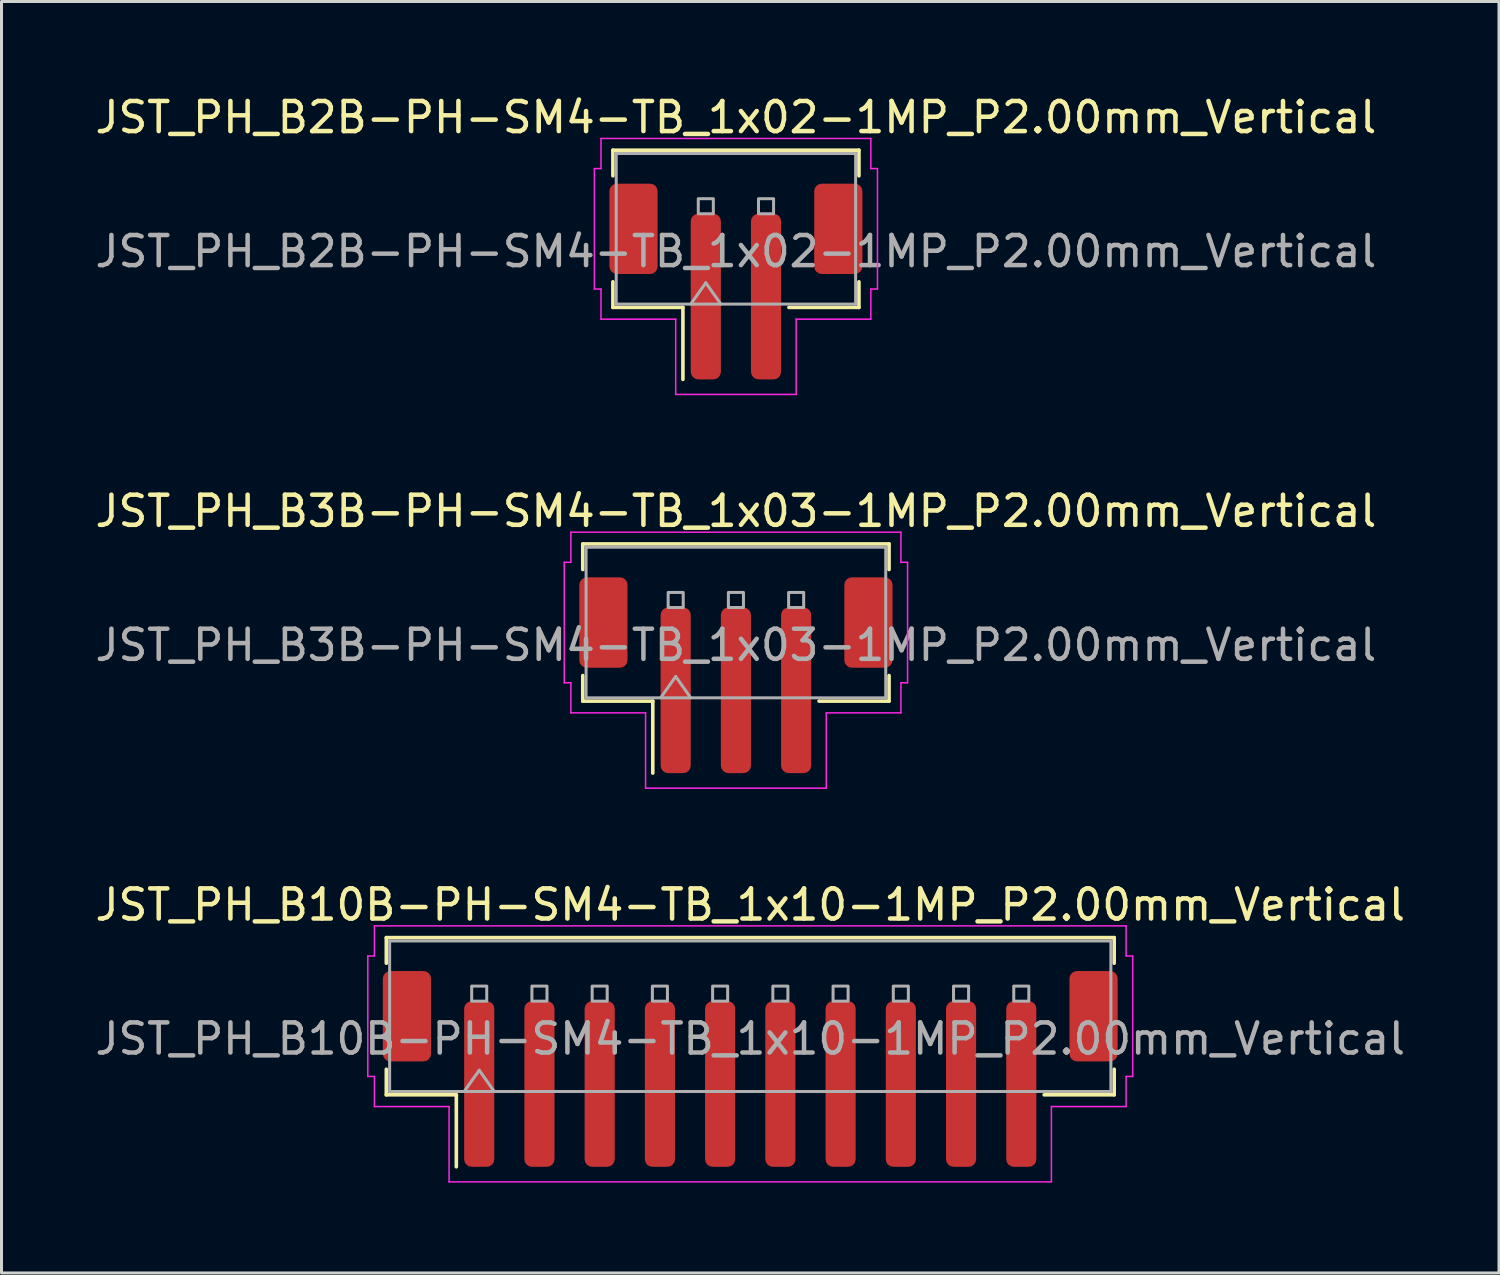
<source format=kicad_pcb>
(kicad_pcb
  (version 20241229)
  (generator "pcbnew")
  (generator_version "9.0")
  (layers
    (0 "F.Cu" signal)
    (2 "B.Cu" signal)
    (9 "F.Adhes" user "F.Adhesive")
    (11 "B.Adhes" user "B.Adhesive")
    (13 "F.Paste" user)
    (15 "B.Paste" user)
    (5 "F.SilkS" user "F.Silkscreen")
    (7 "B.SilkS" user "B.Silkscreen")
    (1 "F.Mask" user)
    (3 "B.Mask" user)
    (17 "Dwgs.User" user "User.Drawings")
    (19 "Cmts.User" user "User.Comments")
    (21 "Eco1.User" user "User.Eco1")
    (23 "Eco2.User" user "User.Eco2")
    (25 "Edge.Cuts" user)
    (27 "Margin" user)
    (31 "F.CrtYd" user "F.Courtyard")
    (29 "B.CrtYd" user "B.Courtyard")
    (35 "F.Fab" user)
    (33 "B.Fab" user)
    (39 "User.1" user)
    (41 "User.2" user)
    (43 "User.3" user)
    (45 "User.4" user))
  (footprint "JST_PH_B10B-PH-SM4-TB_1x10-1MP_P2.00mm_Vertical"
    (layer "F.Cu")
    (at 21.863 32.445)
    (property "Reference" "JST_PH_B10B-PH-SM4-TB_1x10-1MP_P2.00mm_Vertical" (at 0 -5.45 0) (layer "F.SilkS") (effects (font (size 1 1) (thickness 0.15))))
    (attr smd)
    (fp_line (start -12.085 -4.36) (end 12.085 -4.36) (stroke (width 0.12) (type solid)) (layer "F.SilkS"))
    (fp_line (start -12.085 -3.51) (end -12.085 -4.36) (stroke (width 0.12) (type solid)) (layer "F.SilkS"))
    (fp_line (start -12.085 0.01) (end -12.085 0.86) (stroke (width 0.12) (type solid)) (layer "F.SilkS"))
    (fp_line (start -12.085 0.86) (end -9.76 0.86) (stroke (width 0.12) (type solid)) (layer "F.SilkS"))
    (fp_line (start -9.76 0.86) (end -9.76 3.25) (stroke (width 0.12) (type solid)) (layer "F.SilkS"))
    (fp_line (start 12.085 -4.36) (end 12.085 -3.51) (stroke (width 0.12) (type solid)) (layer "F.SilkS"))
    (fp_line (start 12.085 0.01) (end 12.085 0.86) (stroke (width 0.12) (type solid)) (layer "F.SilkS"))
    (fp_line (start 12.085 0.86) (end 9.76 0.86) (stroke (width 0.12) (type solid)) (layer "F.SilkS"))
    (fp_line (start -12.7 -3.75) (end -12.48 -3.75) (stroke (width 0.05) (type solid)) (layer "F.CrtYd"))
    (fp_line (start -12.7 0.25) (end -12.7 -3.75) (stroke (width 0.05) (type solid)) (layer "F.CrtYd"))
    (fp_line (start -12.48 -4.75) (end 12.48 -4.75) (stroke (width 0.05) (type solid)) (layer "F.CrtYd"))
    (fp_line (start -12.48 -3.75) (end -12.48 -4.75) (stroke (width 0.05) (type solid)) (layer "F.CrtYd"))
    (fp_line (start -12.48 0.25) (end -12.7 0.25) (stroke (width 0.05) (type solid)) (layer "F.CrtYd"))
    (fp_line (start -12.48 1.25) (end -12.48 0.25) (stroke (width 0.05) (type solid)) (layer "F.CrtYd"))
    (fp_line (start -10 1.25) (end -12.48 1.25) (stroke (width 0.05) (type solid)) (layer "F.CrtYd"))
    (fp_line (start -10 3.75) (end -10 1.25) (stroke (width 0.05) (type solid)) (layer "F.CrtYd"))
    (fp_line (start 10 1.25) (end 10 3.75) (stroke (width 0.05) (type solid)) (layer "F.CrtYd"))
    (fp_line (start 10 3.75) (end -10 3.75) (stroke (width 0.05) (type solid)) (layer "F.CrtYd"))
    (fp_line (start 12.48 -4.75) (end 12.48 -3.75) (stroke (width 0.05) (type solid)) (layer "F.CrtYd"))
    (fp_line (start 12.48 -3.75) (end 12.7 -3.75) (stroke (width 0.05) (type solid)) (layer "F.CrtYd"))
    (fp_line (start 12.48 0.25) (end 12.48 1.25) (stroke (width 0.05) (type solid)) (layer "F.CrtYd"))
    (fp_line (start 12.48 1.25) (end 10 1.25) (stroke (width 0.05) (type solid)) (layer "F.CrtYd"))
    (fp_line (start 12.7 -3.75) (end 12.7 0.25) (stroke (width 0.05) (type solid)) (layer "F.CrtYd"))
    (fp_line (start 12.7 0.25) (end 12.48 0.25) (stroke (width 0.05) (type solid)) (layer "F.CrtYd"))
    (fp_line (start -11.975 -4.25) (end 11.975 -4.25) (stroke (width 0.1) (type solid)) (layer "F.Fab"))
    (fp_line (start -11.975 0.75) (end -11.975 -4.25) (stroke (width 0.1) (type solid)) (layer "F.Fab"))
    (fp_line (start -11.975 0.75) (end 11.975 0.75) (stroke (width 0.1) (type solid)) (layer "F.Fab"))
    (fp_line (start -9.5 0.75) (end -9 0.043) (stroke (width 0.1) (type solid)) (layer "F.Fab"))
    (fp_line (start -9 0.043) (end -8.5 0.75) (stroke (width 0.1) (type solid)) (layer "F.Fab"))
    (fp_line (start 11.975 0.75) (end 11.975 -4.25) (stroke (width 0.1) (type solid)) (layer "F.Fab"))
    (fp_rect (start -9.25 -2.75) (end -8.75 -2.25) (stroke (width 0.1) (type solid)) (fill no) (layer "F.Fab"))
    (fp_rect (start -7.25 -2.75) (end -6.75 -2.25) (stroke (width 0.1) (type solid)) (fill no) (layer "F.Fab"))
    (fp_rect (start -5.25 -2.75) (end -4.75 -2.25) (stroke (width 0.1) (type solid)) (fill no) (layer "F.Fab"))
    (fp_rect (start -3.25 -2.75) (end -2.75 -2.25) (stroke (width 0.1) (type solid)) (fill no) (layer "F.Fab"))
    (fp_rect (start -1.25 -2.75) (end -0.75 -2.25) (stroke (width 0.1) (type solid)) (fill no) (layer "F.Fab"))
    (fp_rect (start 0.75 -2.75) (end 1.25 -2.25) (stroke (width 0.1) (type solid)) (fill no) (layer "F.Fab"))
    (fp_rect (start 2.75 -2.75) (end 3.25 -2.25) (stroke (width 0.1) (type solid)) (fill no) (layer "F.Fab"))
    (fp_rect (start 4.75 -2.75) (end 5.25 -2.25) (stroke (width 0.1) (type solid)) (fill no) (layer "F.Fab"))
    (fp_rect (start 6.75 -2.75) (end 7.25 -2.25) (stroke (width 0.1) (type solid)) (fill no) (layer "F.Fab"))
    (fp_rect (start 8.75 -2.75) (end 9.25 -2.25) (stroke (width 0.1) (type solid)) (fill no) (layer "F.Fab"))
    (fp_text user "${REFERENCE}" (at 0 -1 0) (layer "F.Fab") (effects (font (size 1 1) (thickness 0.15))))
    (pad "1" smd roundrect (at -9 0.5) (size 1 5.5) (layers "F.Cu" "F.Mask" "F.Paste") (roundrect_rratio 0.25))
    (pad "2" smd roundrect (at -7 0.5) (size 1 5.5) (layers "F.Cu" "F.Mask" "F.Paste") (roundrect_rratio 0.25))
    (pad "3" smd roundrect (at -5 0.5) (size 1 5.5) (layers "F.Cu" "F.Mask" "F.Paste") (roundrect_rratio 0.25))
    (pad "4" smd roundrect (at -3 0.5) (size 1 5.5) (layers "F.Cu" "F.Mask" "F.Paste") (roundrect_rratio 0.25))
    (pad "5" smd roundrect (at -1 0.5) (size 1 5.5) (layers "F.Cu" "F.Mask" "F.Paste") (roundrect_rratio 0.25))
    (pad "6" smd roundrect (at 1 0.5) (size 1 5.5) (layers "F.Cu" "F.Mask" "F.Paste") (roundrect_rratio 0.25))
    (pad "7" smd roundrect (at 3 0.5) (size 1 5.5) (layers "F.Cu" "F.Mask" "F.Paste") (roundrect_rratio 0.25))
    (pad "8" smd roundrect (at 5 0.5) (size 1 5.5) (layers "F.Cu" "F.Mask" "F.Paste") (roundrect_rratio 0.25))
    (pad "9" smd roundrect (at 7 0.5) (size 1 5.5) (layers "F.Cu" "F.Mask" "F.Paste") (roundrect_rratio 0.25))
    (pad "10" smd roundrect (at 9 0.5) (size 1 5.5) (layers "F.Cu" "F.Mask" "F.Paste") (roundrect_rratio 0.25))
    (pad "MP" smd roundrect (at -11.4 -1.75) (size 1.6 3) (layers "F.Cu" "F.Mask" "F.Paste") (roundrect_rratio 0.156))
    (pad "MP" smd roundrect (at 11.4 -1.75) (size 1.6 3) (layers "F.Cu" "F.Mask" "F.Paste") (roundrect_rratio 0.156)))
  (footprint "JST_PH_B3B-PH-SM4-TB_1x03-1MP_P2.00mm_Vertical"
    (layer "F.Cu")
    (at 21.387 19.372)
    (property "Reference" "JST_PH_B3B-PH-SM4-TB_1x03-1MP_P2.00mm_Vertical" (at 0 -5.45 0) (layer "F.SilkS") (effects (font (size 1 1) (thickness 0.15))))
    (attr smd)
    (fp_line (start -5.085 -4.36) (end 5.085 -4.36) (stroke (width 0.12) (type solid)) (layer "F.SilkS"))
    (fp_line (start -5.085 -3.51) (end -5.085 -4.36) (stroke (width 0.12) (type solid)) (layer "F.SilkS"))
    (fp_line (start -5.085 0.01) (end -5.085 0.86) (stroke (width 0.12) (type solid)) (layer "F.SilkS"))
    (fp_line (start -5.085 0.86) (end -2.76 0.86) (stroke (width 0.12) (type solid)) (layer "F.SilkS"))
    (fp_line (start -2.76 0.86) (end -2.76 3.25) (stroke (width 0.12) (type solid)) (layer "F.SilkS"))
    (fp_line (start 5.085 -4.36) (end 5.085 -3.51) (stroke (width 0.12) (type solid)) (layer "F.SilkS"))
    (fp_line (start 5.085 0.01) (end 5.085 0.86) (stroke (width 0.12) (type solid)) (layer "F.SilkS"))
    (fp_line (start 5.085 0.86) (end 2.76 0.86) (stroke (width 0.12) (type solid)) (layer "F.SilkS"))
    (fp_line (start -5.7 -3.75) (end -5.48 -3.75) (stroke (width 0.05) (type solid)) (layer "F.CrtYd"))
    (fp_line (start -5.7 0.25) (end -5.7 -3.75) (stroke (width 0.05) (type solid)) (layer "F.CrtYd"))
    (fp_line (start -5.48 -4.75) (end 5.48 -4.75) (stroke (width 0.05) (type solid)) (layer "F.CrtYd"))
    (fp_line (start -5.48 -3.75) (end -5.48 -4.75) (stroke (width 0.05) (type solid)) (layer "F.CrtYd"))
    (fp_line (start -5.48 0.25) (end -5.7 0.25) (stroke (width 0.05) (type solid)) (layer "F.CrtYd"))
    (fp_line (start -5.48 1.25) (end -5.48 0.25) (stroke (width 0.05) (type solid)) (layer "F.CrtYd"))
    (fp_line (start -3 1.25) (end -5.48 1.25) (stroke (width 0.05) (type solid)) (layer "F.CrtYd"))
    (fp_line (start -3 3.75) (end -3 1.25) (stroke (width 0.05) (type solid)) (layer "F.CrtYd"))
    (fp_line (start 3 1.25) (end 3 3.75) (stroke (width 0.05) (type solid)) (layer "F.CrtYd"))
    (fp_line (start 3 3.75) (end -3 3.75) (stroke (width 0.05) (type solid)) (layer "F.CrtYd"))
    (fp_line (start 5.48 -4.75) (end 5.48 -3.75) (stroke (width 0.05) (type solid)) (layer "F.CrtYd"))
    (fp_line (start 5.48 -3.75) (end 5.7 -3.75) (stroke (width 0.05) (type solid)) (layer "F.CrtYd"))
    (fp_line (start 5.48 0.25) (end 5.48 1.25) (stroke (width 0.05) (type solid)) (layer "F.CrtYd"))
    (fp_line (start 5.48 1.25) (end 3 1.25) (stroke (width 0.05) (type solid)) (layer "F.CrtYd"))
    (fp_line (start 5.7 -3.75) (end 5.7 0.25) (stroke (width 0.05) (type solid)) (layer "F.CrtYd"))
    (fp_line (start 5.7 0.25) (end 5.48 0.25) (stroke (width 0.05) (type solid)) (layer "F.CrtYd"))
    (fp_line (start -4.975 -4.25) (end 4.975 -4.25) (stroke (width 0.1) (type solid)) (layer "F.Fab"))
    (fp_line (start -4.975 0.75) (end -4.975 -4.25) (stroke (width 0.1) (type solid)) (layer "F.Fab"))
    (fp_line (start -4.975 0.75) (end 4.975 0.75) (stroke (width 0.1) (type solid)) (layer "F.Fab"))
    (fp_line (start -2.5 0.75) (end -2 0.043) (stroke (width 0.1) (type solid)) (layer "F.Fab"))
    (fp_line (start -2 0.043) (end -1.5 0.75) (stroke (width 0.1) (type solid)) (layer "F.Fab"))
    (fp_line (start 4.975 0.75) (end 4.975 -4.25) (stroke (width 0.1) (type solid)) (layer "F.Fab"))
    (fp_rect (start -2.25 -2.75) (end -1.75 -2.25) (stroke (width 0.1) (type solid)) (fill no) (layer "F.Fab"))
    (fp_rect (start -0.25 -2.75) (end 0.25 -2.25) (stroke (width 0.1) (type solid)) (fill no) (layer "F.Fab"))
    (fp_rect (start 1.75 -2.75) (end 2.25 -2.25) (stroke (width 0.1) (type solid)) (fill no) (layer "F.Fab"))
    (fp_text user "${REFERENCE}" (at 0 -1 0) (layer "F.Fab") (effects (font (size 1 1) (thickness 0.15))))
    (pad "1" smd roundrect (at -2 0.5) (size 1 5.5) (layers "F.Cu" "F.Mask" "F.Paste") (roundrect_rratio 0.25))
    (pad "2" smd roundrect (at 0 0.5) (size 1 5.5) (layers "F.Cu" "F.Mask" "F.Paste") (roundrect_rratio 0.25))
    (pad "3" smd roundrect (at 2 0.5) (size 1 5.5) (layers "F.Cu" "F.Mask" "F.Paste") (roundrect_rratio 0.25))
    (pad "MP" smd roundrect (at -4.4 -1.75) (size 1.6 3) (layers "F.Cu" "F.Mask" "F.Paste") (roundrect_rratio 0.156))
    (pad "MP" smd roundrect (at 4.4 -1.75) (size 1.6 3) (layers "F.Cu" "F.Mask" "F.Paste") (roundrect_rratio 0.156)))
  (footprint "JST_PH_B2B-PH-SM4-TB_1x02-1MP_P2.00mm_Vertical"
    (layer "F.Cu")
    (at 21.387 6.298)
    (property "Reference" "JST_PH_B2B-PH-SM4-TB_1x02-1MP_P2.00mm_Vertical" (at 0 -5.45 0) (layer "F.SilkS") (effects (font (size 1 1) (thickness 0.15))))
    (attr smd)
    (fp_line (start -4.085 -4.36) (end 4.085 -4.36) (stroke (width 0.12) (type solid)) (layer "F.SilkS"))
    (fp_line (start -4.085 -3.51) (end -4.085 -4.36) (stroke (width 0.12) (type solid)) (layer "F.SilkS"))
    (fp_line (start -4.085 0.01) (end -4.085 0.86) (stroke (width 0.12) (type solid)) (layer "F.SilkS"))
    (fp_line (start -4.085 0.86) (end -1.76 0.86) (stroke (width 0.12) (type solid)) (layer "F.SilkS"))
    (fp_line (start -1.76 0.86) (end -1.76 3.25) (stroke (width 0.12) (type solid)) (layer "F.SilkS"))
    (fp_line (start 4.085 -4.36) (end 4.085 -3.51) (stroke (width 0.12) (type solid)) (layer "F.SilkS"))
    (fp_line (start 4.085 0.01) (end 4.085 0.86) (stroke (width 0.12) (type solid)) (layer "F.SilkS"))
    (fp_line (start 4.085 0.86) (end 1.76 0.86) (stroke (width 0.12) (type solid)) (layer "F.SilkS"))
    (fp_line (start -4.7 -3.75) (end -4.48 -3.75) (stroke (width 0.05) (type solid)) (layer "F.CrtYd"))
    (fp_line (start -4.7 0.25) (end -4.7 -3.75) (stroke (width 0.05) (type solid)) (layer "F.CrtYd"))
    (fp_line (start -4.48 -4.75) (end 4.48 -4.75) (stroke (width 0.05) (type solid)) (layer "F.CrtYd"))
    (fp_line (start -4.48 -3.75) (end -4.48 -4.75) (stroke (width 0.05) (type solid)) (layer "F.CrtYd"))
    (fp_line (start -4.48 0.25) (end -4.7 0.25) (stroke (width 0.05) (type solid)) (layer "F.CrtYd"))
    (fp_line (start -4.48 1.25) (end -4.48 0.25) (stroke (width 0.05) (type solid)) (layer "F.CrtYd"))
    (fp_line (start -2 1.25) (end -4.48 1.25) (stroke (width 0.05) (type solid)) (layer "F.CrtYd"))
    (fp_line (start -2 3.75) (end -2 1.25) (stroke (width 0.05) (type solid)) (layer "F.CrtYd"))
    (fp_line (start 2 1.25) (end 2 3.75) (stroke (width 0.05) (type solid)) (layer "F.CrtYd"))
    (fp_line (start 2 3.75) (end -2 3.75) (stroke (width 0.05) (type solid)) (layer "F.CrtYd"))
    (fp_line (start 4.48 -4.75) (end 4.48 -3.75) (stroke (width 0.05) (type solid)) (layer "F.CrtYd"))
    (fp_line (start 4.48 -3.75) (end 4.7 -3.75) (stroke (width 0.05) (type solid)) (layer "F.CrtYd"))
    (fp_line (start 4.48 0.25) (end 4.48 1.25) (stroke (width 0.05) (type solid)) (layer "F.CrtYd"))
    (fp_line (start 4.48 1.25) (end 2 1.25) (stroke (width 0.05) (type solid)) (layer "F.CrtYd"))
    (fp_line (start 4.7 -3.75) (end 4.7 0.25) (stroke (width 0.05) (type solid)) (layer "F.CrtYd"))
    (fp_line (start 4.7 0.25) (end 4.48 0.25) (stroke (width 0.05) (type solid)) (layer "F.CrtYd"))
    (fp_line (start -3.975 -4.25) (end 3.975 -4.25) (stroke (width 0.1) (type solid)) (layer "F.Fab"))
    (fp_line (start -3.975 0.75) (end -3.975 -4.25) (stroke (width 0.1) (type solid)) (layer "F.Fab"))
    (fp_line (start -3.975 0.75) (end 3.975 0.75) (stroke (width 0.1) (type solid)) (layer "F.Fab"))
    (fp_line (start -1.5 0.75) (end -1 0.043) (stroke (width 0.1) (type solid)) (layer "F.Fab"))
    (fp_line (start -1 0.043) (end -0.5 0.75) (stroke (width 0.1) (type solid)) (layer "F.Fab"))
    (fp_line (start 3.975 0.75) (end 3.975 -4.25) (stroke (width 0.1) (type solid)) (layer "F.Fab"))
    (fp_rect (start -1.25 -2.75) (end -0.75 -2.25) (stroke (width 0.1) (type solid)) (fill no) (layer "F.Fab"))
    (fp_rect (start 0.75 -2.75) (end 1.25 -2.25) (stroke (width 0.1) (type solid)) (fill no) (layer "F.Fab"))
    (fp_text user "${REFERENCE}" (at 0 -1 0) (layer "F.Fab") (effects (font (size 1 1) (thickness 0.15))))
    (pad "1" smd roundrect (at -1 0.5) (size 1 5.5) (layers "F.Cu" "F.Mask" "F.Paste") (roundrect_rratio 0.25))
    (pad "2" smd roundrect (at 1 0.5) (size 1 5.5) (layers "F.Cu" "F.Mask" "F.Paste") (roundrect_rratio 0.25))
    (pad "MP" smd roundrect (at -3.4 -1.75) (size 1.6 3) (layers "F.Cu" "F.Mask" "F.Paste") (roundrect_rratio 0.156))
    (pad "MP" smd roundrect (at 3.4 -1.75) (size 1.6 3) (layers "F.Cu" "F.Mask" "F.Paste") (roundrect_rratio 0.156)))
  (gr_rect
    (start -3 -3)
    (end 46.726 39.22)
    (stroke (width 0.1) (type default))
    (fill no)
    (layer "Edge.Cuts")))
</source>
